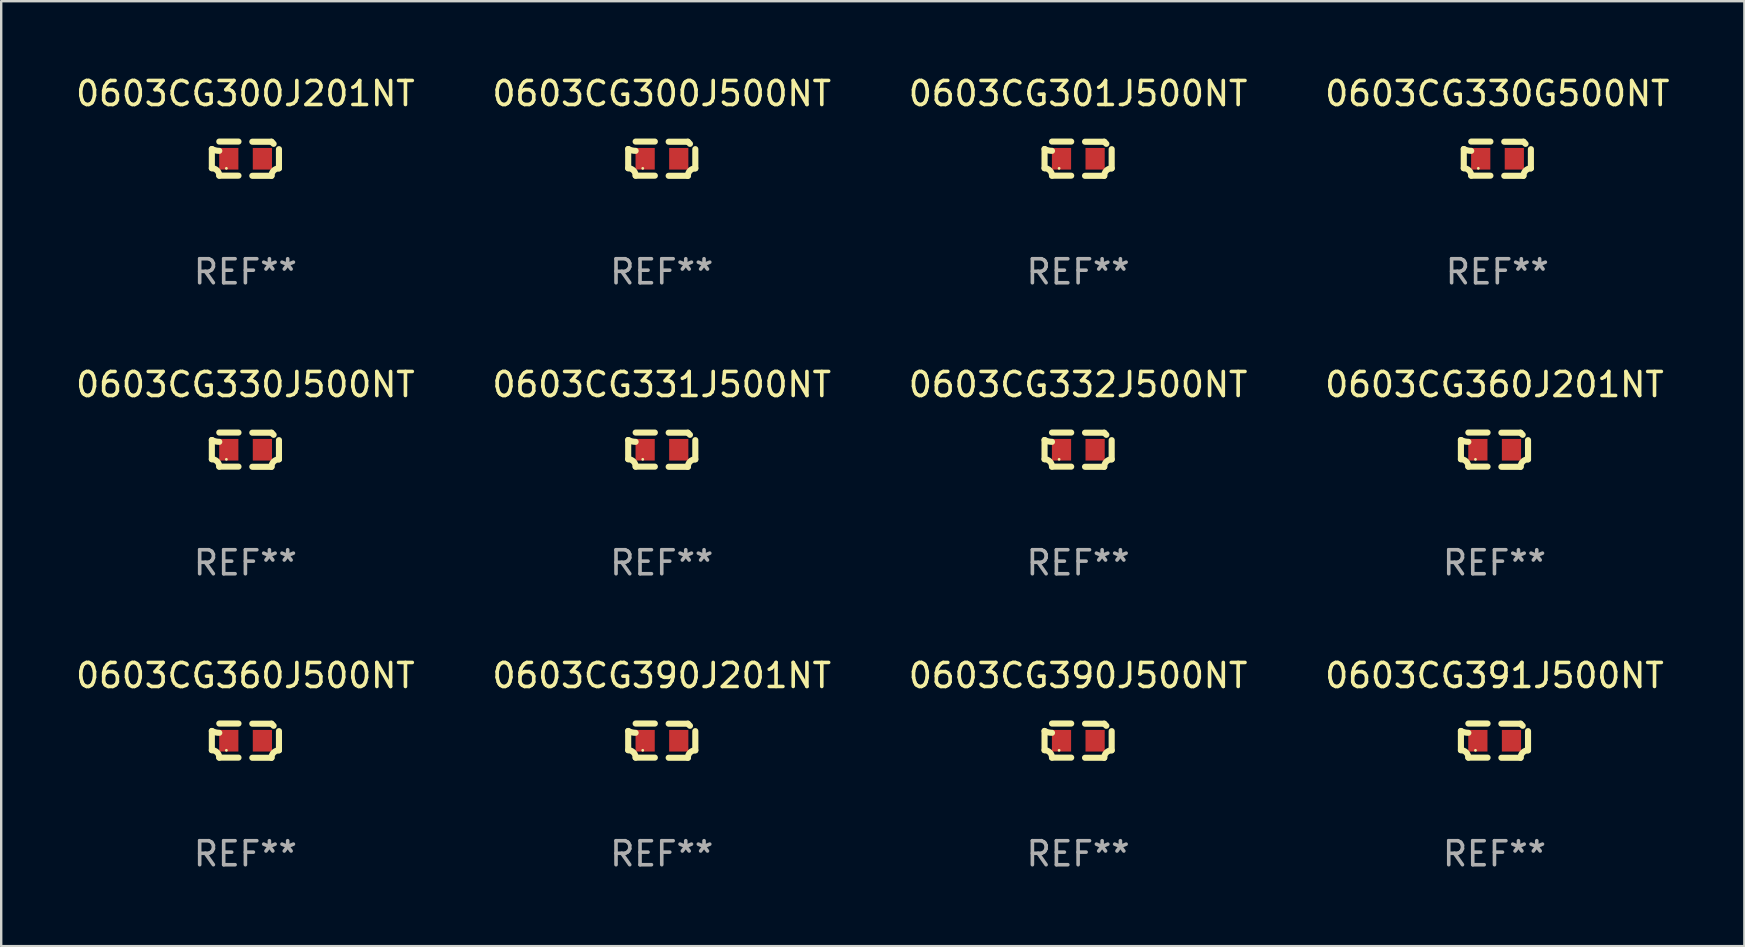
<source format=kicad_pcb>
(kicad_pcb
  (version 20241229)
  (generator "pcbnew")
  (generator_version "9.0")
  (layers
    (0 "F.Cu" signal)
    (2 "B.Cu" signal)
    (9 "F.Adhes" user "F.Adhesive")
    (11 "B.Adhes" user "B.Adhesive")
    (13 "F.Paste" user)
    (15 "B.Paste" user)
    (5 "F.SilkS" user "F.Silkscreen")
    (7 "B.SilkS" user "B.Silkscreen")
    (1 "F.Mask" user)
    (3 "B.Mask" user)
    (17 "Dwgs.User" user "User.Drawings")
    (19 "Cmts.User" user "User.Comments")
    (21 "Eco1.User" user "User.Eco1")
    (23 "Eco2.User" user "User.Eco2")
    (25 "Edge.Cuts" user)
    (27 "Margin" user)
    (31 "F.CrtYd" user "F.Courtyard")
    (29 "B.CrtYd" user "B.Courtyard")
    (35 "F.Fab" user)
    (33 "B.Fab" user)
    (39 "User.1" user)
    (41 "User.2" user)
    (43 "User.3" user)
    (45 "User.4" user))
  (footprint "0603CG330J500NT"
    (layer "F.Cu")
    (at 7.173 15.683)
    (property "Reference" "0603CG330J500NT" (at 0 -2.713 0) (layer "F.SilkS") (effects (font (size 1 1) (thickness 0.15))))
    (attr through_hole)
    (fp_line (start -1.398 -0.403) (end -1.398 0.397) (stroke (width 0.254) (type solid)) (layer "F.SilkS"))
    (fp_line (start -0.288 -0.713) (end -1.088 -0.713) (stroke (width 0.254) (type solid)) (layer "F.SilkS"))
    (fp_line (start -0.288 0.707) (end -1.088 0.707) (stroke (width 0.254) (type solid)) (layer "F.SilkS"))
    (fp_line (start 0.288 -0.707) (end 1.088 -0.707) (stroke (width 0.254) (type solid)) (layer "F.SilkS"))
    (fp_line (start 0.288 0.713) (end 1.088 0.713) (stroke (width 0.254) (type solid)) (layer "F.SilkS"))
    (fp_line (start 1.398 -0.397) (end 1.398 0.403) (stroke (width 0.254) (type solid)) (layer "F.SilkS"))
    (fp_arc (start -1.397789 0.397066) (mid -1.178701 0.487826) (end -1.08796 0.706922) (stroke (width 0.254001) (type solid)) (layer "F.SilkS"))
    (fp_arc (start -1.08796 -0.327176) (mid -1.247436 -0.346384) (end -1.39779 -0.402908) (stroke (width 0.254001) (type solid)) (layer "F.SilkS"))
    (fp_arc (start 1.087909 0.712738) (mid 1.178656 0.493655) (end 1.397739 0.402908) (stroke (width 0.254001) (type solid)) (layer "F.SilkS"))
    (fp_arc (start 1.175925 -0.618926) (mid 1.131917 -0.662923) (end 1.08791 -0.706922) (stroke (width 0.254001) (type solid)) (layer "F.SilkS"))
    (fp_circle (center -0.792 0.403) (end -0.762 0.403) (stroke (width 0.06) (type solid)) (fill no) (layer "F.SilkS"))
    (fp_text user "REF**" (at 0 4.713 0) (layer "F.Fab") (effects (font (size 1 1) (thickness 0.15))))
    (pad "1" smd rect (at -0.692 0.003) (size 0.8 0.9) (layers "F.Cu" "F.Mask" "F.Paste"))
    (pad "2" smd rect (at 0.708 0.003) (size 0.8 0.9) (layers "F.Cu" "F.Mask" "F.Paste")))
  (footprint "0603CG360J500NT"
    (layer "F.Cu")
    (at 7.173 27.805)
    (property "Reference" "0603CG360J500NT" (at 0 -2.713 0) (layer "F.SilkS") (effects (font (size 1 1) (thickness 0.15))))
    (attr through_hole)
    (fp_line (start -1.398 -0.403) (end -1.398 0.397) (stroke (width 0.254) (type solid)) (layer "F.SilkS"))
    (fp_line (start -0.288 -0.713) (end -1.088 -0.713) (stroke (width 0.254) (type solid)) (layer "F.SilkS"))
    (fp_line (start -0.288 0.707) (end -1.088 0.707) (stroke (width 0.254) (type solid)) (layer "F.SilkS"))
    (fp_line (start 0.288 -0.707) (end 1.088 -0.707) (stroke (width 0.254) (type solid)) (layer "F.SilkS"))
    (fp_line (start 0.288 0.713) (end 1.088 0.713) (stroke (width 0.254) (type solid)) (layer "F.SilkS"))
    (fp_line (start 1.398 -0.397) (end 1.398 0.403) (stroke (width 0.254) (type solid)) (layer "F.SilkS"))
    (fp_arc (start -1.397789 0.397066) (mid -1.178701 0.487826) (end -1.08796 0.706922) (stroke (width 0.254001) (type solid)) (layer "F.SilkS"))
    (fp_arc (start -1.08796 -0.327176) (mid -1.247436 -0.346384) (end -1.39779 -0.402908) (stroke (width 0.254001) (type solid)) (layer "F.SilkS"))
    (fp_arc (start 1.087909 0.712738) (mid 1.178656 0.493655) (end 1.397739 0.402908) (stroke (width 0.254001) (type solid)) (layer "F.SilkS"))
    (fp_arc (start 1.175925 -0.618926) (mid 1.131917 -0.662923) (end 1.08791 -0.706922) (stroke (width 0.254001) (type solid)) (layer "F.SilkS"))
    (fp_circle (center -0.792 0.403) (end -0.762 0.403) (stroke (width 0.06) (type solid)) (fill no) (layer "F.SilkS"))
    (fp_text user "REF**" (at 0 4.713 0) (layer "F.Fab") (effects (font (size 1 1) (thickness 0.15))))
    (pad "1" smd rect (at -0.692 0.003) (size 0.8 0.9) (layers "F.Cu" "F.Mask" "F.Paste"))
    (pad "2" smd rect (at 0.708 0.003) (size 0.8 0.9) (layers "F.Cu" "F.Mask" "F.Paste")))
  (footprint "0603CG390J201NT"
    (layer "F.Cu")
    (at 24.518 27.805)
    (property "Reference" "0603CG390J201NT" (at 0 -2.713 0) (layer "F.SilkS") (effects (font (size 1 1) (thickness 0.15))))
    (attr through_hole)
    (fp_line (start -1.398 -0.403) (end -1.398 0.397) (stroke (width 0.254) (type solid)) (layer "F.SilkS"))
    (fp_line (start -0.288 -0.713) (end -1.088 -0.713) (stroke (width 0.254) (type solid)) (layer "F.SilkS"))
    (fp_line (start -0.288 0.707) (end -1.088 0.707) (stroke (width 0.254) (type solid)) (layer "F.SilkS"))
    (fp_line (start 0.288 -0.707) (end 1.088 -0.707) (stroke (width 0.254) (type solid)) (layer "F.SilkS"))
    (fp_line (start 0.288 0.713) (end 1.088 0.713) (stroke (width 0.254) (type solid)) (layer "F.SilkS"))
    (fp_line (start 1.398 -0.397) (end 1.398 0.403) (stroke (width 0.254) (type solid)) (layer "F.SilkS"))
    (fp_arc (start -1.397789 0.397066) (mid -1.178701 0.487826) (end -1.08796 0.706922) (stroke (width 0.254001) (type solid)) (layer "F.SilkS"))
    (fp_arc (start -1.08796 -0.327176) (mid -1.247436 -0.346384) (end -1.39779 -0.402908) (stroke (width 0.254001) (type solid)) (layer "F.SilkS"))
    (fp_arc (start 1.087909 0.712738) (mid 1.178656 0.493655) (end 1.397739 0.402908) (stroke (width 0.254001) (type solid)) (layer "F.SilkS"))
    (fp_arc (start 1.175925 -0.618926) (mid 1.131917 -0.662923) (end 1.08791 -0.706922) (stroke (width 0.254001) (type solid)) (layer "F.SilkS"))
    (fp_circle (center -0.792 0.403) (end -0.762 0.403) (stroke (width 0.06) (type solid)) (fill no) (layer "F.SilkS"))
    (fp_text user "REF**" (at 0 4.713 0) (layer "F.Fab") (effects (font (size 1 1) (thickness 0.15))))
    (pad "1" smd rect (at -0.692 0.003) (size 0.8 0.9) (layers "F.Cu" "F.Mask" "F.Paste"))
    (pad "2" smd rect (at 0.708 0.003) (size 0.8 0.9) (layers "F.Cu" "F.Mask" "F.Paste")))
  (footprint "0603CG300J500NT"
    (layer "F.Cu")
    (at 24.518 3.561)
    (property "Reference" "0603CG300J500NT" (at 0 -2.713 0) (layer "F.SilkS") (effects (font (size 1 1) (thickness 0.15))))
    (attr through_hole)
    (fp_line (start -1.398 -0.403) (end -1.398 0.397) (stroke (width 0.254) (type solid)) (layer "F.SilkS"))
    (fp_line (start -0.288 -0.713) (end -1.088 -0.713) (stroke (width 0.254) (type solid)) (layer "F.SilkS"))
    (fp_line (start -0.288 0.707) (end -1.088 0.707) (stroke (width 0.254) (type solid)) (layer "F.SilkS"))
    (fp_line (start 0.288 -0.707) (end 1.088 -0.707) (stroke (width 0.254) (type solid)) (layer "F.SilkS"))
    (fp_line (start 0.288 0.713) (end 1.088 0.713) (stroke (width 0.254) (type solid)) (layer "F.SilkS"))
    (fp_line (start 1.398 -0.397) (end 1.398 0.403) (stroke (width 0.254) (type solid)) (layer "F.SilkS"))
    (fp_arc (start -1.397789 0.397066) (mid -1.178701 0.487826) (end -1.08796 0.706922) (stroke (width 0.254001) (type solid)) (layer "F.SilkS"))
    (fp_arc (start -1.08796 -0.327176) (mid -1.247436 -0.346384) (end -1.39779 -0.402908) (stroke (width 0.254001) (type solid)) (layer "F.SilkS"))
    (fp_arc (start 1.087909 0.712738) (mid 1.178656 0.493655) (end 1.397739 0.402908) (stroke (width 0.254001) (type solid)) (layer "F.SilkS"))
    (fp_arc (start 1.175925 -0.618926) (mid 1.131917 -0.662923) (end 1.08791 -0.706922) (stroke (width 0.254001) (type solid)) (layer "F.SilkS"))
    (fp_circle (center -0.792 0.403) (end -0.762 0.403) (stroke (width 0.06) (type solid)) (fill no) (layer "F.SilkS"))
    (fp_text user "REF**" (at 0 4.713 0) (layer "F.Fab") (effects (font (size 1 1) (thickness 0.15))))
    (pad "1" smd rect (at -0.692 0.003) (size 0.8 0.9) (layers "F.Cu" "F.Mask" "F.Paste"))
    (pad "2" smd rect (at 0.708 0.003) (size 0.8 0.9) (layers "F.Cu" "F.Mask" "F.Paste")))
  (footprint "0603CG360J201NT"
    (layer "F.Cu")
    (at 59.208 15.683)
    (property "Reference" "0603CG360J201NT" (at 0 -2.713 0) (layer "F.SilkS") (effects (font (size 1 1) (thickness 0.15))))
    (attr through_hole)
    (fp_line (start -1.398 -0.403) (end -1.398 0.397) (stroke (width 0.254) (type solid)) (layer "F.SilkS"))
    (fp_line (start -0.288 -0.713) (end -1.088 -0.713) (stroke (width 0.254) (type solid)) (layer "F.SilkS"))
    (fp_line (start -0.288 0.707) (end -1.088 0.707) (stroke (width 0.254) (type solid)) (layer "F.SilkS"))
    (fp_line (start 0.288 -0.707) (end 1.088 -0.707) (stroke (width 0.254) (type solid)) (layer "F.SilkS"))
    (fp_line (start 0.288 0.713) (end 1.088 0.713) (stroke (width 0.254) (type solid)) (layer "F.SilkS"))
    (fp_line (start 1.398 -0.397) (end 1.398 0.403) (stroke (width 0.254) (type solid)) (layer "F.SilkS"))
    (fp_arc (start -1.397789 0.397066) (mid -1.178701 0.487826) (end -1.08796 0.706922) (stroke (width 0.254001) (type solid)) (layer "F.SilkS"))
    (fp_arc (start -1.08796 -0.327176) (mid -1.247436 -0.346384) (end -1.39779 -0.402908) (stroke (width 0.254001) (type solid)) (layer "F.SilkS"))
    (fp_arc (start 1.087909 0.712738) (mid 1.178656 0.493655) (end 1.397739 0.402908) (stroke (width 0.254001) (type solid)) (layer "F.SilkS"))
    (fp_arc (start 1.175925 -0.618926) (mid 1.131917 -0.662923) (end 1.08791 -0.706922) (stroke (width 0.254001) (type solid)) (layer "F.SilkS"))
    (fp_circle (center -0.792 0.403) (end -0.762 0.403) (stroke (width 0.06) (type solid)) (fill no) (layer "F.SilkS"))
    (fp_text user "REF**" (at 0 4.713 0) (layer "F.Fab") (effects (font (size 1 1) (thickness 0.15))))
    (pad "1" smd rect (at -0.692 0.003) (size 0.8 0.9) (layers "F.Cu" "F.Mask" "F.Paste"))
    (pad "2" smd rect (at 0.708 0.003) (size 0.8 0.9) (layers "F.Cu" "F.Mask" "F.Paste")))
  (footprint "0603CG332J500NT"
    (layer "F.Cu")
    (at 41.863 15.683)
    (property "Reference" "0603CG332J500NT" (at 0 -2.713 0) (layer "F.SilkS") (effects (font (size 1 1) (thickness 0.15))))
    (attr through_hole)
    (fp_line (start -1.398 -0.403) (end -1.398 0.397) (stroke (width 0.254) (type solid)) (layer "F.SilkS"))
    (fp_line (start -0.288 -0.713) (end -1.088 -0.713) (stroke (width 0.254) (type solid)) (layer "F.SilkS"))
    (fp_line (start -0.288 0.707) (end -1.088 0.707) (stroke (width 0.254) (type solid)) (layer "F.SilkS"))
    (fp_line (start 0.288 -0.707) (end 1.088 -0.707) (stroke (width 0.254) (type solid)) (layer "F.SilkS"))
    (fp_line (start 0.288 0.713) (end 1.088 0.713) (stroke (width 0.254) (type solid)) (layer "F.SilkS"))
    (fp_line (start 1.398 -0.397) (end 1.398 0.403) (stroke (width 0.254) (type solid)) (layer "F.SilkS"))
    (fp_arc (start -1.397789 0.397066) (mid -1.178701 0.487826) (end -1.08796 0.706922) (stroke (width 0.254001) (type solid)) (layer "F.SilkS"))
    (fp_arc (start -1.08796 -0.327176) (mid -1.247436 -0.346384) (end -1.39779 -0.402908) (stroke (width 0.254001) (type solid)) (layer "F.SilkS"))
    (fp_arc (start 1.087909 0.712738) (mid 1.178656 0.493655) (end 1.397739 0.402908) (stroke (width 0.254001) (type solid)) (layer "F.SilkS"))
    (fp_arc (start 1.175925 -0.618926) (mid 1.131917 -0.662923) (end 1.08791 -0.706922) (stroke (width 0.254001) (type solid)) (layer "F.SilkS"))
    (fp_circle (center -0.792 0.403) (end -0.762 0.403) (stroke (width 0.06) (type solid)) (fill no) (layer "F.SilkS"))
    (fp_text user "REF**" (at 0 4.713 0) (layer "F.Fab") (effects (font (size 1 1) (thickness 0.15))))
    (pad "1" smd rect (at -0.692 0.003) (size 0.8 0.9) (layers "F.Cu" "F.Mask" "F.Paste"))
    (pad "2" smd rect (at 0.708 0.003) (size 0.8 0.9) (layers "F.Cu" "F.Mask" "F.Paste")))
  (footprint "0603CG390J500NT"
    (layer "F.Cu")
    (at 41.863 27.805)
    (property "Reference" "0603CG390J500NT" (at 0 -2.713 0) (layer "F.SilkS") (effects (font (size 1 1) (thickness 0.15))))
    (attr through_hole)
    (fp_line (start -1.398 -0.403) (end -1.398 0.397) (stroke (width 0.254) (type solid)) (layer "F.SilkS"))
    (fp_line (start -0.288 -0.713) (end -1.088 -0.713) (stroke (width 0.254) (type solid)) (layer "F.SilkS"))
    (fp_line (start -0.288 0.707) (end -1.088 0.707) (stroke (width 0.254) (type solid)) (layer "F.SilkS"))
    (fp_line (start 0.288 -0.707) (end 1.088 -0.707) (stroke (width 0.254) (type solid)) (layer "F.SilkS"))
    (fp_line (start 0.288 0.713) (end 1.088 0.713) (stroke (width 0.254) (type solid)) (layer "F.SilkS"))
    (fp_line (start 1.398 -0.397) (end 1.398 0.403) (stroke (width 0.254) (type solid)) (layer "F.SilkS"))
    (fp_arc (start -1.397789 0.397066) (mid -1.178701 0.487826) (end -1.08796 0.706922) (stroke (width 0.254001) (type solid)) (layer "F.SilkS"))
    (fp_arc (start -1.08796 -0.327176) (mid -1.247436 -0.346384) (end -1.39779 -0.402908) (stroke (width 0.254001) (type solid)) (layer "F.SilkS"))
    (fp_arc (start 1.087909 0.712738) (mid 1.178656 0.493655) (end 1.397739 0.402908) (stroke (width 0.254001) (type solid)) (layer "F.SilkS"))
    (fp_arc (start 1.175925 -0.618926) (mid 1.131917 -0.662923) (end 1.08791 -0.706922) (stroke (width 0.254001) (type solid)) (layer "F.SilkS"))
    (fp_circle (center -0.792 0.403) (end -0.762 0.403) (stroke (width 0.06) (type solid)) (fill no) (layer "F.SilkS"))
    (fp_text user "REF**" (at 0 4.713 0) (layer "F.Fab") (effects (font (size 1 1) (thickness 0.15))))
    (pad "1" smd rect (at -0.692 0.003) (size 0.8 0.9) (layers "F.Cu" "F.Mask" "F.Paste"))
    (pad "2" smd rect (at 0.708 0.003) (size 0.8 0.9) (layers "F.Cu" "F.Mask" "F.Paste")))
  (footprint "0603CG330G500NT"
    (layer "F.Cu")
    (at 59.327 3.561)
    (property "Reference" "0603CG330G500NT" (at 0 -2.713 0) (layer "F.SilkS") (effects (font (size 1 1) (thickness 0.15))))
    (attr through_hole)
    (fp_line (start -1.398 -0.403) (end -1.398 0.397) (stroke (width 0.254) (type solid)) (layer "F.SilkS"))
    (fp_line (start -0.288 -0.713) (end -1.088 -0.713) (stroke (width 0.254) (type solid)) (layer "F.SilkS"))
    (fp_line (start -0.288 0.707) (end -1.088 0.707) (stroke (width 0.254) (type solid)) (layer "F.SilkS"))
    (fp_line (start 0.288 -0.707) (end 1.088 -0.707) (stroke (width 0.254) (type solid)) (layer "F.SilkS"))
    (fp_line (start 0.288 0.713) (end 1.088 0.713) (stroke (width 0.254) (type solid)) (layer "F.SilkS"))
    (fp_line (start 1.398 -0.397) (end 1.398 0.403) (stroke (width 0.254) (type solid)) (layer "F.SilkS"))
    (fp_arc (start -1.397789 0.397066) (mid -1.178701 0.487826) (end -1.08796 0.706922) (stroke (width 0.254001) (type solid)) (layer "F.SilkS"))
    (fp_arc (start -1.08796 -0.327176) (mid -1.247436 -0.346384) (end -1.39779 -0.402908) (stroke (width 0.254001) (type solid)) (layer "F.SilkS"))
    (fp_arc (start 1.087909 0.712738) (mid 1.178656 0.493655) (end 1.397739 0.402908) (stroke (width 0.254001) (type solid)) (layer "F.SilkS"))
    (fp_arc (start 1.175925 -0.618926) (mid 1.131917 -0.662923) (end 1.08791 -0.706922) (stroke (width 0.254001) (type solid)) (layer "F.SilkS"))
    (fp_circle (center -0.792 0.403) (end -0.762 0.403) (stroke (width 0.06) (type solid)) (fill no) (layer "F.SilkS"))
    (fp_text user "REF**" (at 0 4.713 0) (layer "F.Fab") (effects (font (size 1 1) (thickness 0.15))))
    (pad "1" smd rect (at -0.692 0.003) (size 0.8 0.9) (layers "F.Cu" "F.Mask" "F.Paste"))
    (pad "2" smd rect (at 0.708 0.003) (size 0.8 0.9) (layers "F.Cu" "F.Mask" "F.Paste")))
  (footprint "0603CG391J500NT"
    (layer "F.Cu")
    (at 59.208 27.805)
    (property "Reference" "0603CG391J500NT" (at 0 -2.713 0) (layer "F.SilkS") (effects (font (size 1 1) (thickness 0.15))))
    (attr through_hole)
    (fp_line (start -1.398 -0.403) (end -1.398 0.397) (stroke (width 0.254) (type solid)) (layer "F.SilkS"))
    (fp_line (start -0.288 -0.713) (end -1.088 -0.713) (stroke (width 0.254) (type solid)) (layer "F.SilkS"))
    (fp_line (start -0.288 0.707) (end -1.088 0.707) (stroke (width 0.254) (type solid)) (layer "F.SilkS"))
    (fp_line (start 0.288 -0.707) (end 1.088 -0.707) (stroke (width 0.254) (type solid)) (layer "F.SilkS"))
    (fp_line (start 0.288 0.713) (end 1.088 0.713) (stroke (width 0.254) (type solid)) (layer "F.SilkS"))
    (fp_line (start 1.398 -0.397) (end 1.398 0.403) (stroke (width 0.254) (type solid)) (layer "F.SilkS"))
    (fp_arc (start -1.397789 0.397066) (mid -1.178701 0.487826) (end -1.08796 0.706922) (stroke (width 0.254001) (type solid)) (layer "F.SilkS"))
    (fp_arc (start -1.08796 -0.327176) (mid -1.247436 -0.346384) (end -1.39779 -0.402908) (stroke (width 0.254001) (type solid)) (layer "F.SilkS"))
    (fp_arc (start 1.087909 0.712738) (mid 1.178656 0.493655) (end 1.397739 0.402908) (stroke (width 0.254001) (type solid)) (layer "F.SilkS"))
    (fp_arc (start 1.175925 -0.618926) (mid 1.131917 -0.662923) (end 1.08791 -0.706922) (stroke (width 0.254001) (type solid)) (layer "F.SilkS"))
    (fp_circle (center -0.792 0.403) (end -0.762 0.403) (stroke (width 0.06) (type solid)) (fill no) (layer "F.SilkS"))
    (fp_text user "REF**" (at 0 4.713 0) (layer "F.Fab") (effects (font (size 1 1) (thickness 0.15))))
    (pad "1" smd rect (at -0.692 0.003) (size 0.8 0.9) (layers "F.Cu" "F.Mask" "F.Paste"))
    (pad "2" smd rect (at 0.708 0.003) (size 0.8 0.9) (layers "F.Cu" "F.Mask" "F.Paste")))
  (footprint "0603CG331J500NT"
    (layer "F.Cu")
    (at 24.518 15.683)
    (property "Reference" "0603CG331J500NT" (at 0 -2.713 0) (layer "F.SilkS") (effects (font (size 1 1) (thickness 0.15))))
    (attr through_hole)
    (fp_line (start -1.398 -0.403) (end -1.398 0.397) (stroke (width 0.254) (type solid)) (layer "F.SilkS"))
    (fp_line (start -0.288 -0.713) (end -1.088 -0.713) (stroke (width 0.254) (type solid)) (layer "F.SilkS"))
    (fp_line (start -0.288 0.707) (end -1.088 0.707) (stroke (width 0.254) (type solid)) (layer "F.SilkS"))
    (fp_line (start 0.288 -0.707) (end 1.088 -0.707) (stroke (width 0.254) (type solid)) (layer "F.SilkS"))
    (fp_line (start 0.288 0.713) (end 1.088 0.713) (stroke (width 0.254) (type solid)) (layer "F.SilkS"))
    (fp_line (start 1.398 -0.397) (end 1.398 0.403) (stroke (width 0.254) (type solid)) (layer "F.SilkS"))
    (fp_arc (start -1.397789 0.397066) (mid -1.178701 0.487826) (end -1.08796 0.706922) (stroke (width 0.254001) (type solid)) (layer "F.SilkS"))
    (fp_arc (start -1.08796 -0.327176) (mid -1.247436 -0.346384) (end -1.39779 -0.402908) (stroke (width 0.254001) (type solid)) (layer "F.SilkS"))
    (fp_arc (start 1.087909 0.712738) (mid 1.178656 0.493655) (end 1.397739 0.402908) (stroke (width 0.254001) (type solid)) (layer "F.SilkS"))
    (fp_arc (start 1.175925 -0.618926) (mid 1.131917 -0.662923) (end 1.08791 -0.706922) (stroke (width 0.254001) (type solid)) (layer "F.SilkS"))
    (fp_circle (center -0.792 0.403) (end -0.762 0.403) (stroke (width 0.06) (type solid)) (fill no) (layer "F.SilkS"))
    (fp_text user "REF**" (at 0 4.713 0) (layer "F.Fab") (effects (font (size 1 1) (thickness 0.15))))
    (pad "1" smd rect (at -0.692 0.003) (size 0.8 0.9) (layers "F.Cu" "F.Mask" "F.Paste"))
    (pad "2" smd rect (at 0.708 0.003) (size 0.8 0.9) (layers "F.Cu" "F.Mask" "F.Paste")))
  (footprint "0603CG300J201NT"
    (layer "F.Cu")
    (at 7.173 3.561)
    (property "Reference" "0603CG300J201NT" (at 0 -2.713 0) (layer "F.SilkS") (effects (font (size 1 1) (thickness 0.15))))
    (attr through_hole)
    (fp_line (start -1.398 -0.403) (end -1.398 0.397) (stroke (width 0.254) (type solid)) (layer "F.SilkS"))
    (fp_line (start -0.288 -0.713) (end -1.088 -0.713) (stroke (width 0.254) (type solid)) (layer "F.SilkS"))
    (fp_line (start -0.288 0.707) (end -1.088 0.707) (stroke (width 0.254) (type solid)) (layer "F.SilkS"))
    (fp_line (start 0.288 -0.707) (end 1.088 -0.707) (stroke (width 0.254) (type solid)) (layer "F.SilkS"))
    (fp_line (start 0.288 0.713) (end 1.088 0.713) (stroke (width 0.254) (type solid)) (layer "F.SilkS"))
    (fp_line (start 1.398 -0.397) (end 1.398 0.403) (stroke (width 0.254) (type solid)) (layer "F.SilkS"))
    (fp_arc (start -1.397789 0.397066) (mid -1.178701 0.487826) (end -1.08796 0.706922) (stroke (width 0.254001) (type solid)) (layer "F.SilkS"))
    (fp_arc (start -1.08796 -0.327176) (mid -1.247436 -0.346384) (end -1.39779 -0.402908) (stroke (width 0.254001) (type solid)) (layer "F.SilkS"))
    (fp_arc (start 1.087909 0.712738) (mid 1.178656 0.493655) (end 1.397739 0.402908) (stroke (width 0.254001) (type solid)) (layer "F.SilkS"))
    (fp_arc (start 1.175925 -0.618926) (mid 1.131917 -0.662923) (end 1.08791 -0.706922) (stroke (width 0.254001) (type solid)) (layer "F.SilkS"))
    (fp_circle (center -0.792 0.403) (end -0.762 0.403) (stroke (width 0.06) (type solid)) (fill no) (layer "F.SilkS"))
    (fp_text user "REF**" (at 0 4.713 0) (layer "F.Fab") (effects (font (size 1 1) (thickness 0.15))))
    (pad "1" smd rect (at -0.692 0.003) (size 0.8 0.9) (layers "F.Cu" "F.Mask" "F.Paste"))
    (pad "2" smd rect (at 0.708 0.003) (size 0.8 0.9) (layers "F.Cu" "F.Mask" "F.Paste")))
  (footprint "0603CG301J500NT"
    (layer "F.Cu")
    (at 41.863 3.561)
    (property "Reference" "0603CG301J500NT" (at 0 -2.713 0) (layer "F.SilkS") (effects (font (size 1 1) (thickness 0.15))))
    (attr through_hole)
    (fp_line (start -1.398 -0.403) (end -1.398 0.397) (stroke (width 0.254) (type solid)) (layer "F.SilkS"))
    (fp_line (start -0.288 -0.713) (end -1.088 -0.713) (stroke (width 0.254) (type solid)) (layer "F.SilkS"))
    (fp_line (start -0.288 0.707) (end -1.088 0.707) (stroke (width 0.254) (type solid)) (layer "F.SilkS"))
    (fp_line (start 0.288 -0.707) (end 1.088 -0.707) (stroke (width 0.254) (type solid)) (layer "F.SilkS"))
    (fp_line (start 0.288 0.713) (end 1.088 0.713) (stroke (width 0.254) (type solid)) (layer "F.SilkS"))
    (fp_line (start 1.398 -0.397) (end 1.398 0.403) (stroke (width 0.254) (type solid)) (layer "F.SilkS"))
    (fp_arc (start -1.397789 0.397066) (mid -1.178701 0.487826) (end -1.08796 0.706922) (stroke (width 0.254001) (type solid)) (layer "F.SilkS"))
    (fp_arc (start -1.08796 -0.327176) (mid -1.247436 -0.346384) (end -1.39779 -0.402908) (stroke (width 0.254001) (type solid)) (layer "F.SilkS"))
    (fp_arc (start 1.087909 0.712738) (mid 1.178656 0.493655) (end 1.397739 0.402908) (stroke (width 0.254001) (type solid)) (layer "F.SilkS"))
    (fp_arc (start 1.175925 -0.618926) (mid 1.131917 -0.662923) (end 1.08791 -0.706922) (stroke (width 0.254001) (type solid)) (layer "F.SilkS"))
    (fp_circle (center -0.792 0.403) (end -0.762 0.403) (stroke (width 0.06) (type solid)) (fill no) (layer "F.SilkS"))
    (fp_text user "REF**" (at 0 4.713 0) (layer "F.Fab") (effects (font (size 1 1) (thickness 0.15))))
    (pad "1" smd rect (at -0.692 0.003) (size 0.8 0.9) (layers "F.Cu" "F.Mask" "F.Paste"))
    (pad "2" smd rect (at 0.708 0.003) (size 0.8 0.9) (layers "F.Cu" "F.Mask" "F.Paste")))
  (gr_rect
    (start -3 -3)
    (end 69.619 36.366)
    (stroke (width 0.1) (type default))
    (fill no)
    (layer "Edge.Cuts")))
</source>
